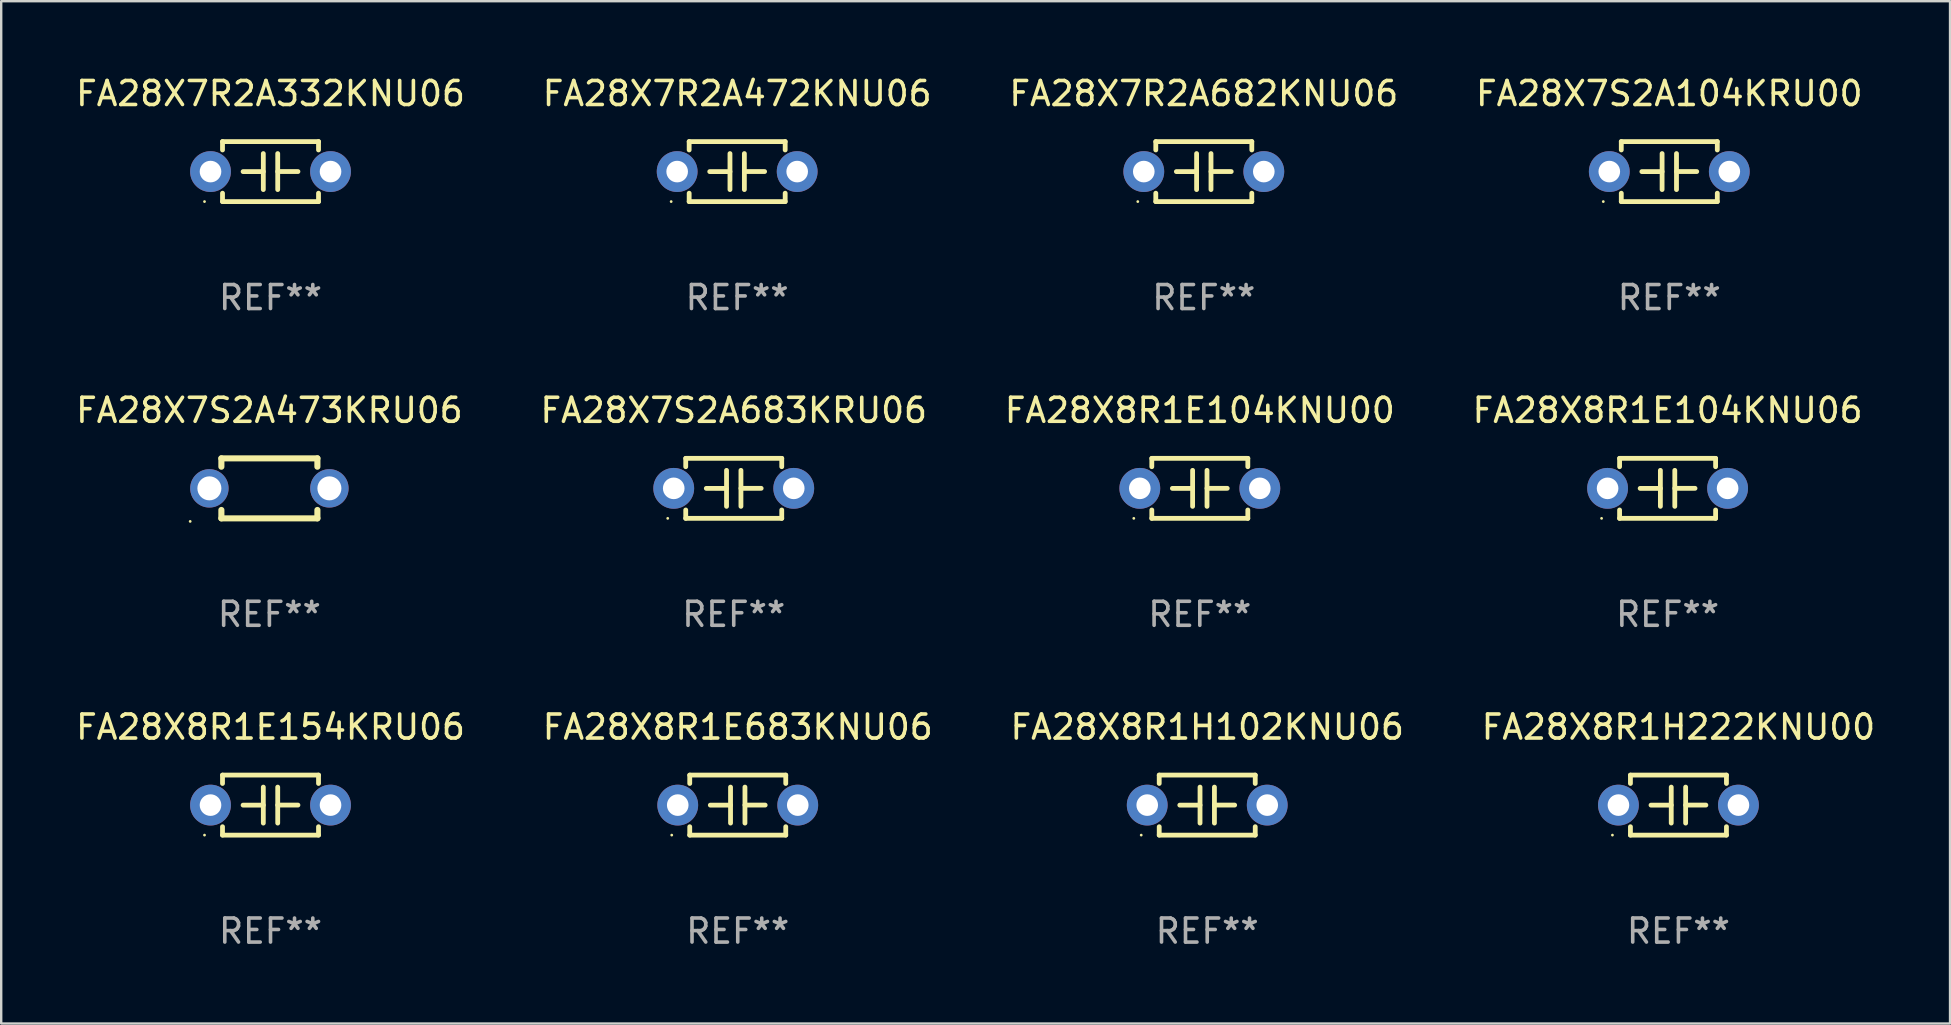
<source format=kicad_pcb>
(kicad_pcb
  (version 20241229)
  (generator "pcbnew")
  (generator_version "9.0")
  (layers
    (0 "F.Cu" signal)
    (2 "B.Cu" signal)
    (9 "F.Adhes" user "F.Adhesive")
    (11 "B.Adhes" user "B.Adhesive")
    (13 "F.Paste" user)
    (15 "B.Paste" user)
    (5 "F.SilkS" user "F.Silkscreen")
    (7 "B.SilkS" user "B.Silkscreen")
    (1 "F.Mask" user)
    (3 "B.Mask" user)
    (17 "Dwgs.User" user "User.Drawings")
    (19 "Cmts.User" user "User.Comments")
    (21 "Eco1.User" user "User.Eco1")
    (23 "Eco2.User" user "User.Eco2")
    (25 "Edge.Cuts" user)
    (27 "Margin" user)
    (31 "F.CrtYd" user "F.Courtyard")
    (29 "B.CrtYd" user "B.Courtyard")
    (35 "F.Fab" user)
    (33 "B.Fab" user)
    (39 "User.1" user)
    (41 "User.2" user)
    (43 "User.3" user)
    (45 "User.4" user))
  (footprint "FA28X7S2A683KRU06"
    (layer "F.Cu")
    (at 27.518 17.295)
    (property "Reference" "FA28X7S2A683KRU06" (at 0 -3.25 0) (layer "F.SilkS") (effects (font (size 1 1) (thickness 0.15))))
    (attr through_hole)
    (fp_line (start -2 -1.25) (end -2 -0.901) (stroke (width 0.2) (type solid)) (layer "F.SilkS"))
    (fp_line (start -2 -1.25) (end 2 -1.25) (stroke (width 0.2) (type solid)) (layer "F.SilkS"))
    (fp_line (start -2 0.901) (end -2 1.25) (stroke (width 0.2) (type solid)) (layer "F.SilkS"))
    (fp_line (start -0.3 -0.75) (end -0.3 0.75) (stroke (width 0.2) (type solid)) (layer "F.SilkS"))
    (fp_line (start -0.3 0.001) (end -1.143 0.001) (stroke (width 0.2) (type solid)) (layer "F.SilkS"))
    (fp_line (start 0.3 -0.001) (end 1.143 -0.001) (stroke (width 0.2) (type solid)) (layer "F.SilkS"))
    (fp_line (start 0.3 0.75) (end 0.3 -0.75) (stroke (width 0.2) (type solid)) (layer "F.SilkS"))
    (fp_line (start 2 -1.25) (end 2 -0.901) (stroke (width 0.2) (type solid)) (layer "F.SilkS"))
    (fp_line (start 2 0.901) (end 2 1.25) (stroke (width 0.2) (type solid)) (layer "F.SilkS"))
    (fp_line (start 2 1.25) (end -2 1.25) (stroke (width 0.2) (type solid)) (layer "F.SilkS"))
    (fp_circle (center -2.75 1.25) (end -2.72 1.25) (stroke (width 0.06) (type solid)) (fill no) (layer "F.SilkS"))
    (fp_text user "REF**" (at 0 5.25 0) (layer "F.Fab") (effects (font (size 1 1) (thickness 0.15))))
    (pad "1" thru_hole circle (at -2.5 0) (size 1.7 1.7) (drill 0.9) (layers "*.Cu" "*.Mask"))
    (pad "2" thru_hole circle (at 2.5 0) (size 1.7 1.7) (drill 0.9) (layers "*.Cu" "*.Mask")))
  (footprint "FA28X8R1E683KNU06"
    (layer "F.Cu")
    (at 27.685 30.491)
    (property "Reference" "FA28X8R1E683KNU06" (at 0 -3.25 0) (layer "F.SilkS") (effects (font (size 1 1) (thickness 0.15))))
    (attr through_hole)
    (fp_line (start -2 -1.25) (end -2 -0.901) (stroke (width 0.2) (type solid)) (layer "F.SilkS"))
    (fp_line (start -2 -1.25) (end 2 -1.25) (stroke (width 0.2) (type solid)) (layer "F.SilkS"))
    (fp_line (start -2 0.901) (end -2 1.25) (stroke (width 0.2) (type solid)) (layer "F.SilkS"))
    (fp_line (start -0.3 -0.75) (end -0.3 0.75) (stroke (width 0.2) (type solid)) (layer "F.SilkS"))
    (fp_line (start -0.3 0.001) (end -1.143 0.001) (stroke (width 0.2) (type solid)) (layer "F.SilkS"))
    (fp_line (start 0.3 -0.001) (end 1.143 -0.001) (stroke (width 0.2) (type solid)) (layer "F.SilkS"))
    (fp_line (start 0.3 0.75) (end 0.3 -0.75) (stroke (width 0.2) (type solid)) (layer "F.SilkS"))
    (fp_line (start 2 -1.25) (end 2 -0.901) (stroke (width 0.2) (type solid)) (layer "F.SilkS"))
    (fp_line (start 2 0.901) (end 2 1.25) (stroke (width 0.2) (type solid)) (layer "F.SilkS"))
    (fp_line (start 2 1.25) (end -2 1.25) (stroke (width 0.2) (type solid)) (layer "F.SilkS"))
    (fp_circle (center -2.75 1.25) (end -2.72 1.25) (stroke (width 0.06) (type solid)) (fill no) (layer "F.SilkS"))
    (fp_text user "REF**" (at 0 5.25 0) (layer "F.Fab") (effects (font (size 1 1) (thickness 0.15))))
    (pad "1" thru_hole circle (at -2.5 0) (size 1.7 1.7) (drill 0.9) (layers "*.Cu" "*.Mask"))
    (pad "2" thru_hole circle (at 2.5 0) (size 1.7 1.7) (drill 0.9) (layers "*.Cu" "*.Mask")))
  (footprint "FA28X7S2A473KRU06"
    (layer "F.Cu")
    (at 8.173 17.295)
    (property "Reference" "FA28X7S2A473KRU06" (at 0 -3.25 0) (layer "F.SilkS") (effects (font (size 1 1) (thickness 0.15))))
    (attr through_hole)
    (fp_line (start -2 -1.25) (end -2 -0.901) (stroke (width 0.254) (type solid)) (layer "F.SilkS"))
    (fp_line (start -2 -1.25) (end 2 -1.25) (stroke (width 0.254) (type solid)) (layer "F.SilkS"))
    (fp_line (start -2 0.901) (end -2 1.25) (stroke (width 0.254) (type solid)) (layer "F.SilkS"))
    (fp_line (start 2 -1.25) (end 2 -0.901) (stroke (width 0.254) (type solid)) (layer "F.SilkS"))
    (fp_line (start 2 0.901) (end 2 1.25) (stroke (width 0.254) (type solid)) (layer "F.SilkS"))
    (fp_line (start 2 1.25) (end -2 1.25) (stroke (width 0.254) (type solid)) (layer "F.SilkS"))
    (fp_circle (center -3.3 1.377) (end -3.27 1.377) (stroke (width 0.06) (type solid)) (fill no) (layer "F.SilkS"))
    (fp_text user "REF**" (at 0 5.25 0) (layer "F.Fab") (effects (font (size 1 1) (thickness 0.15))))
    (pad "1" thru_hole circle (at -2.5 0) (size 1.6 1.6) (drill 1) (layers "*.Cu" "*.Mask"))
    (pad "2" thru_hole circle (at 2.5 0) (size 1.6 1.6) (drill 1) (layers "*.Cu" "*.Mask")))
  (footprint "FA28X7R2A472KNU06"
    (layer "F.Cu")
    (at 27.661 4.098)
    (property "Reference" "FA28X7R2A472KNU06" (at 0 -3.25 0) (layer "F.SilkS") (effects (font (size 1 1) (thickness 0.15))))
    (attr through_hole)
    (fp_line (start -2 -1.25) (end -2 -0.901) (stroke (width 0.2) (type solid)) (layer "F.SilkS"))
    (fp_line (start -2 -1.25) (end 2 -1.25) (stroke (width 0.2) (type solid)) (layer "F.SilkS"))
    (fp_line (start -2 0.901) (end -2 1.25) (stroke (width 0.2) (type solid)) (layer "F.SilkS"))
    (fp_line (start -0.3 -0.75) (end -0.3 0.75) (stroke (width 0.2) (type solid)) (layer "F.SilkS"))
    (fp_line (start -0.3 0.001) (end -1.143 0.001) (stroke (width 0.2) (type solid)) (layer "F.SilkS"))
    (fp_line (start 0.3 -0.001) (end 1.143 -0.001) (stroke (width 0.2) (type solid)) (layer "F.SilkS"))
    (fp_line (start 0.3 0.75) (end 0.3 -0.75) (stroke (width 0.2) (type solid)) (layer "F.SilkS"))
    (fp_line (start 2 -1.25) (end 2 -0.901) (stroke (width 0.2) (type solid)) (layer "F.SilkS"))
    (fp_line (start 2 0.901) (end 2 1.25) (stroke (width 0.2) (type solid)) (layer "F.SilkS"))
    (fp_line (start 2 1.25) (end -2 1.25) (stroke (width 0.2) (type solid)) (layer "F.SilkS"))
    (fp_circle (center -2.75 1.25) (end -2.72 1.25) (stroke (width 0.06) (type solid)) (fill no) (layer "F.SilkS"))
    (fp_text user "REF**" (at 0 5.25 0) (layer "F.Fab") (effects (font (size 1 1) (thickness 0.15))))
    (pad "1" thru_hole circle (at -2.5 0) (size 1.7 1.7) (drill 0.9) (layers "*.Cu" "*.Mask"))
    (pad "2" thru_hole circle (at 2.5 0) (size 1.7 1.7) (drill 0.9) (layers "*.Cu" "*.Mask")))
  (footprint "FA28X8R1H102KNU06"
    (layer "F.Cu")
    (at 47.244 30.491)
    (property "Reference" "FA28X8R1H102KNU06" (at 0 -3.25 0) (layer "F.SilkS") (effects (font (size 1 1) (thickness 0.15))))
    (attr through_hole)
    (fp_line (start -2 -1.25) (end -2 -0.901) (stroke (width 0.2) (type solid)) (layer "F.SilkS"))
    (fp_line (start -2 -1.25) (end 2 -1.25) (stroke (width 0.2) (type solid)) (layer "F.SilkS"))
    (fp_line (start -2 0.901) (end -2 1.25) (stroke (width 0.2) (type solid)) (layer "F.SilkS"))
    (fp_line (start -0.3 -0.75) (end -0.3 0.75) (stroke (width 0.2) (type solid)) (layer "F.SilkS"))
    (fp_line (start -0.3 0.001) (end -1.143 0.001) (stroke (width 0.2) (type solid)) (layer "F.SilkS"))
    (fp_line (start 0.3 -0.001) (end 1.143 -0.001) (stroke (width 0.2) (type solid)) (layer "F.SilkS"))
    (fp_line (start 0.3 0.75) (end 0.3 -0.75) (stroke (width 0.2) (type solid)) (layer "F.SilkS"))
    (fp_line (start 2 -1.25) (end 2 -0.901) (stroke (width 0.2) (type solid)) (layer "F.SilkS"))
    (fp_line (start 2 0.901) (end 2 1.25) (stroke (width 0.2) (type solid)) (layer "F.SilkS"))
    (fp_line (start 2 1.25) (end -2 1.25) (stroke (width 0.2) (type solid)) (layer "F.SilkS"))
    (fp_circle (center -2.75 1.25) (end -2.72 1.25) (stroke (width 0.06) (type solid)) (fill no) (layer "F.SilkS"))
    (fp_text user "REF**" (at 0 5.25 0) (layer "F.Fab") (effects (font (size 1 1) (thickness 0.15))))
    (pad "1" thru_hole circle (at -2.5 0) (size 1.7 1.7) (drill 0.9) (layers "*.Cu" "*.Mask"))
    (pad "2" thru_hole circle (at 2.5 0) (size 1.7 1.7) (drill 0.9) (layers "*.Cu" "*.Mask")))
  (footprint "FA28X7S2A104KRU00"
    (layer "F.Cu")
    (at 66.494 4.098)
    (property "Reference" "FA28X7S2A104KRU00" (at 0 -3.25 0) (layer "F.SilkS") (effects (font (size 1 1) (thickness 0.15))))
    (attr through_hole)
    (fp_line (start -2 -1.25) (end -2 -0.901) (stroke (width 0.2) (type solid)) (layer "F.SilkS"))
    (fp_line (start -2 -1.25) (end 2 -1.25) (stroke (width 0.2) (type solid)) (layer "F.SilkS"))
    (fp_line (start -2 0.901) (end -2 1.25) (stroke (width 0.2) (type solid)) (layer "F.SilkS"))
    (fp_line (start -0.3 -0.75) (end -0.3 0.75) (stroke (width 0.2) (type solid)) (layer "F.SilkS"))
    (fp_line (start -0.3 0.001) (end -1.143 0.001) (stroke (width 0.2) (type solid)) (layer "F.SilkS"))
    (fp_line (start 0.3 -0.001) (end 1.143 -0.001) (stroke (width 0.2) (type solid)) (layer "F.SilkS"))
    (fp_line (start 0.3 0.75) (end 0.3 -0.75) (stroke (width 0.2) (type solid)) (layer "F.SilkS"))
    (fp_line (start 2 -1.25) (end 2 -0.901) (stroke (width 0.2) (type solid)) (layer "F.SilkS"))
    (fp_line (start 2 0.901) (end 2 1.25) (stroke (width 0.2) (type solid)) (layer "F.SilkS"))
    (fp_line (start 2 1.25) (end -2 1.25) (stroke (width 0.2) (type solid)) (layer "F.SilkS"))
    (fp_circle (center -2.75 1.25) (end -2.72 1.25) (stroke (width 0.06) (type solid)) (fill no) (layer "F.SilkS"))
    (fp_text user "REF**" (at 0 5.25 0) (layer "F.Fab") (effects (font (size 1 1) (thickness 0.15))))
    (pad "1" thru_hole circle (at -2.5 0) (size 1.7 1.7) (drill 0.9) (layers "*.Cu" "*.Mask"))
    (pad "2" thru_hole circle (at 2.5 0) (size 1.7 1.7) (drill 0.9) (layers "*.Cu" "*.Mask")))
  (footprint "FA28X7R2A332KNU06"
    (layer "F.Cu")
    (at 8.22 4.098)
    (property "Reference" "FA28X7R2A332KNU06" (at 0 -3.25 0) (layer "F.SilkS") (effects (font (size 1 1) (thickness 0.15))))
    (attr through_hole)
    (fp_line (start -2 -1.25) (end -2 -0.901) (stroke (width 0.2) (type solid)) (layer "F.SilkS"))
    (fp_line (start -2 -1.25) (end 2 -1.25) (stroke (width 0.2) (type solid)) (layer "F.SilkS"))
    (fp_line (start -2 0.901) (end -2 1.25) (stroke (width 0.2) (type solid)) (layer "F.SilkS"))
    (fp_line (start -0.3 -0.75) (end -0.3 0.75) (stroke (width 0.2) (type solid)) (layer "F.SilkS"))
    (fp_line (start -0.3 0.001) (end -1.143 0.001) (stroke (width 0.2) (type solid)) (layer "F.SilkS"))
    (fp_line (start 0.3 -0.001) (end 1.143 -0.001) (stroke (width 0.2) (type solid)) (layer "F.SilkS"))
    (fp_line (start 0.3 0.75) (end 0.3 -0.75) (stroke (width 0.2) (type solid)) (layer "F.SilkS"))
    (fp_line (start 2 -1.25) (end 2 -0.901) (stroke (width 0.2) (type solid)) (layer "F.SilkS"))
    (fp_line (start 2 0.901) (end 2 1.25) (stroke (width 0.2) (type solid)) (layer "F.SilkS"))
    (fp_line (start 2 1.25) (end -2 1.25) (stroke (width 0.2) (type solid)) (layer "F.SilkS"))
    (fp_circle (center -2.75 1.25) (end -2.72 1.25) (stroke (width 0.06) (type solid)) (fill no) (layer "F.SilkS"))
    (fp_text user "REF**" (at 0 5.25 0) (layer "F.Fab") (effects (font (size 1 1) (thickness 0.15))))
    (pad "1" thru_hole circle (at -2.5 0) (size 1.7 1.7) (drill 0.9) (layers "*.Cu" "*.Mask"))
    (pad "2" thru_hole circle (at 2.5 0) (size 1.7 1.7) (drill 0.9) (layers "*.Cu" "*.Mask")))
  (footprint "FA28X7R2A682KNU06"
    (layer "F.Cu")
    (at 47.101 4.098)
    (property "Reference" "FA28X7R2A682KNU06" (at 0 -3.25 0) (layer "F.SilkS") (effects (font (size 1 1) (thickness 0.15))))
    (attr through_hole)
    (fp_line (start -2 -1.25) (end -2 -0.901) (stroke (width 0.2) (type solid)) (layer "F.SilkS"))
    (fp_line (start -2 -1.25) (end 2 -1.25) (stroke (width 0.2) (type solid)) (layer "F.SilkS"))
    (fp_line (start -2 0.901) (end -2 1.25) (stroke (width 0.2) (type solid)) (layer "F.SilkS"))
    (fp_line (start -0.3 -0.75) (end -0.3 0.75) (stroke (width 0.2) (type solid)) (layer "F.SilkS"))
    (fp_line (start -0.3 0.001) (end -1.143 0.001) (stroke (width 0.2) (type solid)) (layer "F.SilkS"))
    (fp_line (start 0.3 -0.001) (end 1.143 -0.001) (stroke (width 0.2) (type solid)) (layer "F.SilkS"))
    (fp_line (start 0.3 0.75) (end 0.3 -0.75) (stroke (width 0.2) (type solid)) (layer "F.SilkS"))
    (fp_line (start 2 -1.25) (end 2 -0.901) (stroke (width 0.2) (type solid)) (layer "F.SilkS"))
    (fp_line (start 2 0.901) (end 2 1.25) (stroke (width 0.2) (type solid)) (layer "F.SilkS"))
    (fp_line (start 2 1.25) (end -2 1.25) (stroke (width 0.2) (type solid)) (layer "F.SilkS"))
    (fp_circle (center -2.75 1.25) (end -2.72 1.25) (stroke (width 0.06) (type solid)) (fill no) (layer "F.SilkS"))
    (fp_text user "REF**" (at 0 5.25 0) (layer "F.Fab") (effects (font (size 1 1) (thickness 0.15))))
    (pad "1" thru_hole circle (at -2.5 0) (size 1.7 1.7) (drill 0.9) (layers "*.Cu" "*.Mask"))
    (pad "2" thru_hole circle (at 2.5 0) (size 1.7 1.7) (drill 0.9) (layers "*.Cu" "*.Mask")))
  (footprint "FA28X8R1H222KNU00"
    (layer "F.Cu")
    (at 66.875 30.491)
    (property "Reference" "FA28X8R1H222KNU00" (at 0 -3.25 0) (layer "F.SilkS") (effects (font (size 1 1) (thickness 0.15))))
    (attr through_hole)
    (fp_line (start -2 -1.25) (end -2 -0.901) (stroke (width 0.2) (type solid)) (layer "F.SilkS"))
    (fp_line (start -2 -1.25) (end 2 -1.25) (stroke (width 0.2) (type solid)) (layer "F.SilkS"))
    (fp_line (start -2 0.901) (end -2 1.25) (stroke (width 0.2) (type solid)) (layer "F.SilkS"))
    (fp_line (start -0.3 -0.75) (end -0.3 0.75) (stroke (width 0.2) (type solid)) (layer "F.SilkS"))
    (fp_line (start -0.3 0.001) (end -1.143 0.001) (stroke (width 0.2) (type solid)) (layer "F.SilkS"))
    (fp_line (start 0.3 -0.001) (end 1.143 -0.001) (stroke (width 0.2) (type solid)) (layer "F.SilkS"))
    (fp_line (start 0.3 0.75) (end 0.3 -0.75) (stroke (width 0.2) (type solid)) (layer "F.SilkS"))
    (fp_line (start 2 -1.25) (end 2 -0.901) (stroke (width 0.2) (type solid)) (layer "F.SilkS"))
    (fp_line (start 2 0.901) (end 2 1.25) (stroke (width 0.2) (type solid)) (layer "F.SilkS"))
    (fp_line (start 2 1.25) (end -2 1.25) (stroke (width 0.2) (type solid)) (layer "F.SilkS"))
    (fp_circle (center -2.75 1.25) (end -2.72 1.25) (stroke (width 0.06) (type solid)) (fill no) (layer "F.SilkS"))
    (fp_text user "REF**" (at 0 5.25 0) (layer "F.Fab") (effects (font (size 1 1) (thickness 0.15))))
    (pad "1" thru_hole circle (at -2.5 0) (size 1.7 1.7) (drill 0.9) (layers "*.Cu" "*.Mask"))
    (pad "2" thru_hole circle (at 2.5 0) (size 1.7 1.7) (drill 0.9) (layers "*.Cu" "*.Mask")))
  (footprint "FA28X8R1E104KNU06"
    (layer "F.Cu")
    (at 66.423 17.295)
    (property "Reference" "FA28X8R1E104KNU06" (at 0 -3.25 0) (layer "F.SilkS") (effects (font (size 1 1) (thickness 0.15))))
    (attr through_hole)
    (fp_line (start -2 -1.25) (end -2 -0.901) (stroke (width 0.2) (type solid)) (layer "F.SilkS"))
    (fp_line (start -2 -1.25) (end 2 -1.25) (stroke (width 0.2) (type solid)) (layer "F.SilkS"))
    (fp_line (start -2 0.901) (end -2 1.25) (stroke (width 0.2) (type solid)) (layer "F.SilkS"))
    (fp_line (start -0.3 -0.75) (end -0.3 0.75) (stroke (width 0.2) (type solid)) (layer "F.SilkS"))
    (fp_line (start -0.3 0.001) (end -1.143 0.001) (stroke (width 0.2) (type solid)) (layer "F.SilkS"))
    (fp_line (start 0.3 -0.001) (end 1.143 -0.001) (stroke (width 0.2) (type solid)) (layer "F.SilkS"))
    (fp_line (start 0.3 0.75) (end 0.3 -0.75) (stroke (width 0.2) (type solid)) (layer "F.SilkS"))
    (fp_line (start 2 -1.25) (end 2 -0.901) (stroke (width 0.2) (type solid)) (layer "F.SilkS"))
    (fp_line (start 2 0.901) (end 2 1.25) (stroke (width 0.2) (type solid)) (layer "F.SilkS"))
    (fp_line (start 2 1.25) (end -2 1.25) (stroke (width 0.2) (type solid)) (layer "F.SilkS"))
    (fp_circle (center -2.75 1.25) (end -2.72 1.25) (stroke (width 0.06) (type solid)) (fill no) (layer "F.SilkS"))
    (fp_text user "REF**" (at 0 5.25 0) (layer "F.Fab") (effects (font (size 1 1) (thickness 0.15))))
    (pad "1" thru_hole circle (at -2.5 0) (size 1.7 1.7) (drill 0.9) (layers "*.Cu" "*.Mask"))
    (pad "2" thru_hole circle (at 2.5 0) (size 1.7 1.7) (drill 0.9) (layers "*.Cu" "*.Mask")))
  (footprint "FA28X8R1E104KNU00"
    (layer "F.Cu")
    (at 46.935 17.295)
    (property "Reference" "FA28X8R1E104KNU00" (at 0 -3.25 0) (layer "F.SilkS") (effects (font (size 1 1) (thickness 0.15))))
    (attr through_hole)
    (fp_line (start -2 -1.25) (end -2 -0.901) (stroke (width 0.2) (type solid)) (layer "F.SilkS"))
    (fp_line (start -2 -1.25) (end 2 -1.25) (stroke (width 0.2) (type solid)) (layer "F.SilkS"))
    (fp_line (start -2 0.901) (end -2 1.25) (stroke (width 0.2) (type solid)) (layer "F.SilkS"))
    (fp_line (start -0.3 -0.75) (end -0.3 0.75) (stroke (width 0.2) (type solid)) (layer "F.SilkS"))
    (fp_line (start -0.3 0.001) (end -1.143 0.001) (stroke (width 0.2) (type solid)) (layer "F.SilkS"))
    (fp_line (start 0.3 -0.001) (end 1.143 -0.001) (stroke (width 0.2) (type solid)) (layer "F.SilkS"))
    (fp_line (start 0.3 0.75) (end 0.3 -0.75) (stroke (width 0.2) (type solid)) (layer "F.SilkS"))
    (fp_line (start 2 -1.25) (end 2 -0.901) (stroke (width 0.2) (type solid)) (layer "F.SilkS"))
    (fp_line (start 2 0.901) (end 2 1.25) (stroke (width 0.2) (type solid)) (layer "F.SilkS"))
    (fp_line (start 2 1.25) (end -2 1.25) (stroke (width 0.2) (type solid)) (layer "F.SilkS"))
    (fp_circle (center -2.75 1.25) (end -2.72 1.25) (stroke (width 0.06) (type solid)) (fill no) (layer "F.SilkS"))
    (fp_text user "REF**" (at 0 5.25 0) (layer "F.Fab") (effects (font (size 1 1) (thickness 0.15))))
    (pad "1" thru_hole circle (at -2.5 0) (size 1.7 1.7) (drill 0.9) (layers "*.Cu" "*.Mask"))
    (pad "2" thru_hole circle (at 2.5 0) (size 1.7 1.7) (drill 0.9) (layers "*.Cu" "*.Mask")))
  (footprint "FA28X8R1E154KRU06"
    (layer "F.Cu")
    (at 8.22 30.491)
    (property "Reference" "FA28X8R1E154KRU06" (at 0 -3.25 0) (layer "F.SilkS") (effects (font (size 1 1) (thickness 0.15))))
    (attr through_hole)
    (fp_line (start -2 -1.25) (end -2 -0.901) (stroke (width 0.2) (type solid)) (layer "F.SilkS"))
    (fp_line (start -2 -1.25) (end 2 -1.25) (stroke (width 0.2) (type solid)) (layer "F.SilkS"))
    (fp_line (start -2 0.901) (end -2 1.25) (stroke (width 0.2) (type solid)) (layer "F.SilkS"))
    (fp_line (start -0.3 -0.75) (end -0.3 0.75) (stroke (width 0.2) (type solid)) (layer "F.SilkS"))
    (fp_line (start -0.3 0.001) (end -1.143 0.001) (stroke (width 0.2) (type solid)) (layer "F.SilkS"))
    (fp_line (start 0.3 -0.001) (end 1.143 -0.001) (stroke (width 0.2) (type solid)) (layer "F.SilkS"))
    (fp_line (start 0.3 0.75) (end 0.3 -0.75) (stroke (width 0.2) (type solid)) (layer "F.SilkS"))
    (fp_line (start 2 -1.25) (end 2 -0.901) (stroke (width 0.2) (type solid)) (layer "F.SilkS"))
    (fp_line (start 2 0.901) (end 2 1.25) (stroke (width 0.2) (type solid)) (layer "F.SilkS"))
    (fp_line (start 2 1.25) (end -2 1.25) (stroke (width 0.2) (type solid)) (layer "F.SilkS"))
    (fp_circle (center -2.75 1.25) (end -2.72 1.25) (stroke (width 0.06) (type solid)) (fill no) (layer "F.SilkS"))
    (fp_text user "REF**" (at 0 5.25 0) (layer "F.Fab") (effects (font (size 1 1) (thickness 0.15))))
    (pad "1" thru_hole circle (at -2.5 0) (size 1.7 1.7) (drill 0.9) (layers "*.Cu" "*.Mask"))
    (pad "2" thru_hole circle (at 2.5 0) (size 1.7 1.7) (drill 0.9) (layers "*.Cu" "*.Mask")))
  (gr_rect
    (start -3 -3)
    (end 78.19 39.59)
    (stroke (width 0.1) (type default))
    (fill no)
    (layer "Edge.Cuts")))
</source>
